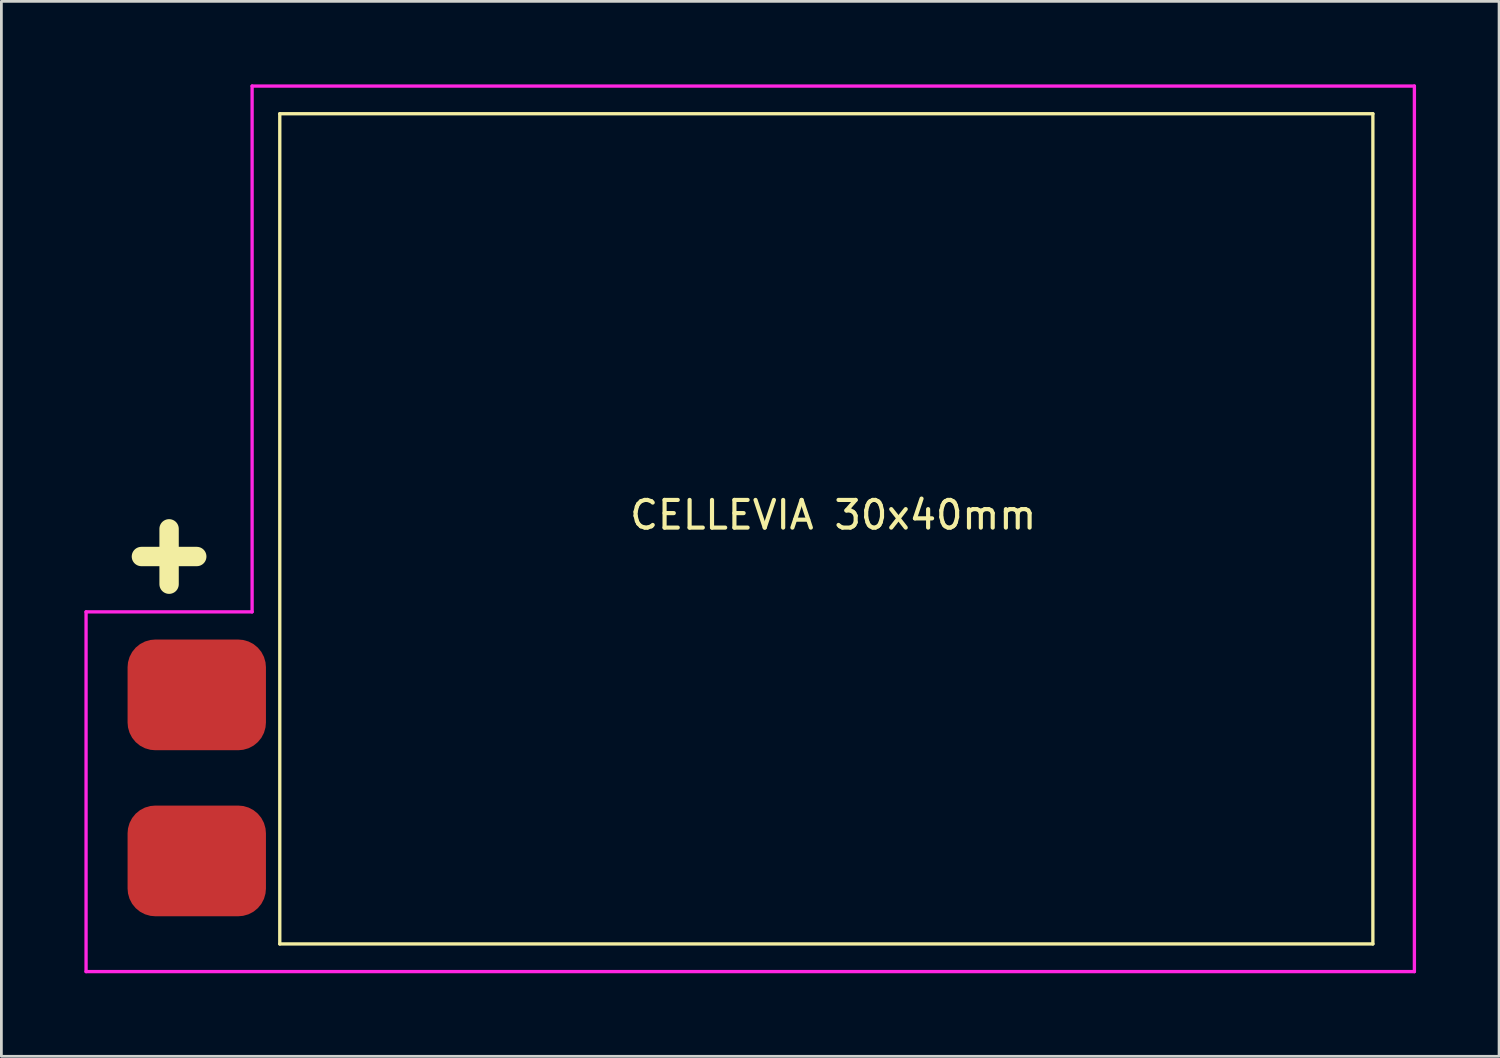
<source format=kicad_pcb>
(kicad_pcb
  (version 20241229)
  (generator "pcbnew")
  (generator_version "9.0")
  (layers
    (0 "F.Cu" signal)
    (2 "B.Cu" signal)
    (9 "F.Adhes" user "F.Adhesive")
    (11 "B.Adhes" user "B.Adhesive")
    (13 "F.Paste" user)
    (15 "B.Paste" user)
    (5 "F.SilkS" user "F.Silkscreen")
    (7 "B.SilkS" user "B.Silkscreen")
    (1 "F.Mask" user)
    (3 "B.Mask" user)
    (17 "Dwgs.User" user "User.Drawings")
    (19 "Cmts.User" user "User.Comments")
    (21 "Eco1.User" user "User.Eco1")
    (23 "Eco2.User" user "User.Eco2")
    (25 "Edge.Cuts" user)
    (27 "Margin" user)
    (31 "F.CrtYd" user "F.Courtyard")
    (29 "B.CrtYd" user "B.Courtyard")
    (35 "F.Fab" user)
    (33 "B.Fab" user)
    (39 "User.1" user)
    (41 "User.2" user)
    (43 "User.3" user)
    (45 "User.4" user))
  (footprint "CELLEVIA 30x40mm"
    (layer "F.Cu")
    (at 27.06 16.06)
    (property "Reference" "CELLEVIA 30x40mm" (at 0 -0.5 0) (unlocked yes) (layer "F.SilkS") (effects (font (size 1 1) (thickness 0.15))))
    (attr smd)
    (fp_line (start -25 1) (end -23 1) (stroke (width 0.7) (type solid)) (layer "F.SilkS"))
    (fp_line (start -24 2) (end -24 0) (stroke (width 0.7) (type solid)) (layer "F.SilkS"))
    (fp_line (start -20 -15) (end -20 15) (stroke (width 0.12) (type solid)) (layer "F.SilkS"))
    (fp_line (start -20 15) (end 19.5 15) (stroke (width 0.12) (type solid)) (layer "F.SilkS"))
    (fp_line (start 19.5 -15) (end -20 -15) (stroke (width 0.12) (type solid)) (layer "F.SilkS"))
    (fp_line (start 19.5 15) (end 19.5 -15) (stroke (width 0.12) (type solid)) (layer "F.SilkS"))
    (fp_line (start -27 3) (end -21 3) (stroke (width 0.12) (type solid)) (layer "F.CrtYd"))
    (fp_line (start -27 16) (end -27 3) (stroke (width 0.12) (type solid)) (layer "F.CrtYd"))
    (fp_line (start -21 -16) (end 21 -16) (stroke (width 0.12) (type solid)) (layer "F.CrtYd"))
    (fp_line (start -21 3) (end -21 -16) (stroke (width 0.12) (type solid)) (layer "F.CrtYd"))
    (fp_line (start 21 -16) (end 21 16) (stroke (width 0.12) (type solid)) (layer "F.CrtYd"))
    (fp_line (start 21 16) (end -27 16) (stroke (width 0.12) (type solid)) (layer "F.CrtYd"))
    (pad "1" smd roundrect (at -23 6) (size 5 4) (layers "F.Cu" "F.Mask" "F.Paste") (roundrect_rratio 0.25))
    (pad "2" smd roundrect (at -23 12) (size 5 4) (layers "F.Cu" "F.Mask" "F.Paste") (roundrect_rratio 0.25)))
  (gr_rect
    (start -3 -3)
    (end 51.12 35.12)
    (stroke (width 0.1) (type default))
    (fill no)
    (layer "Edge.Cuts")))
</source>
